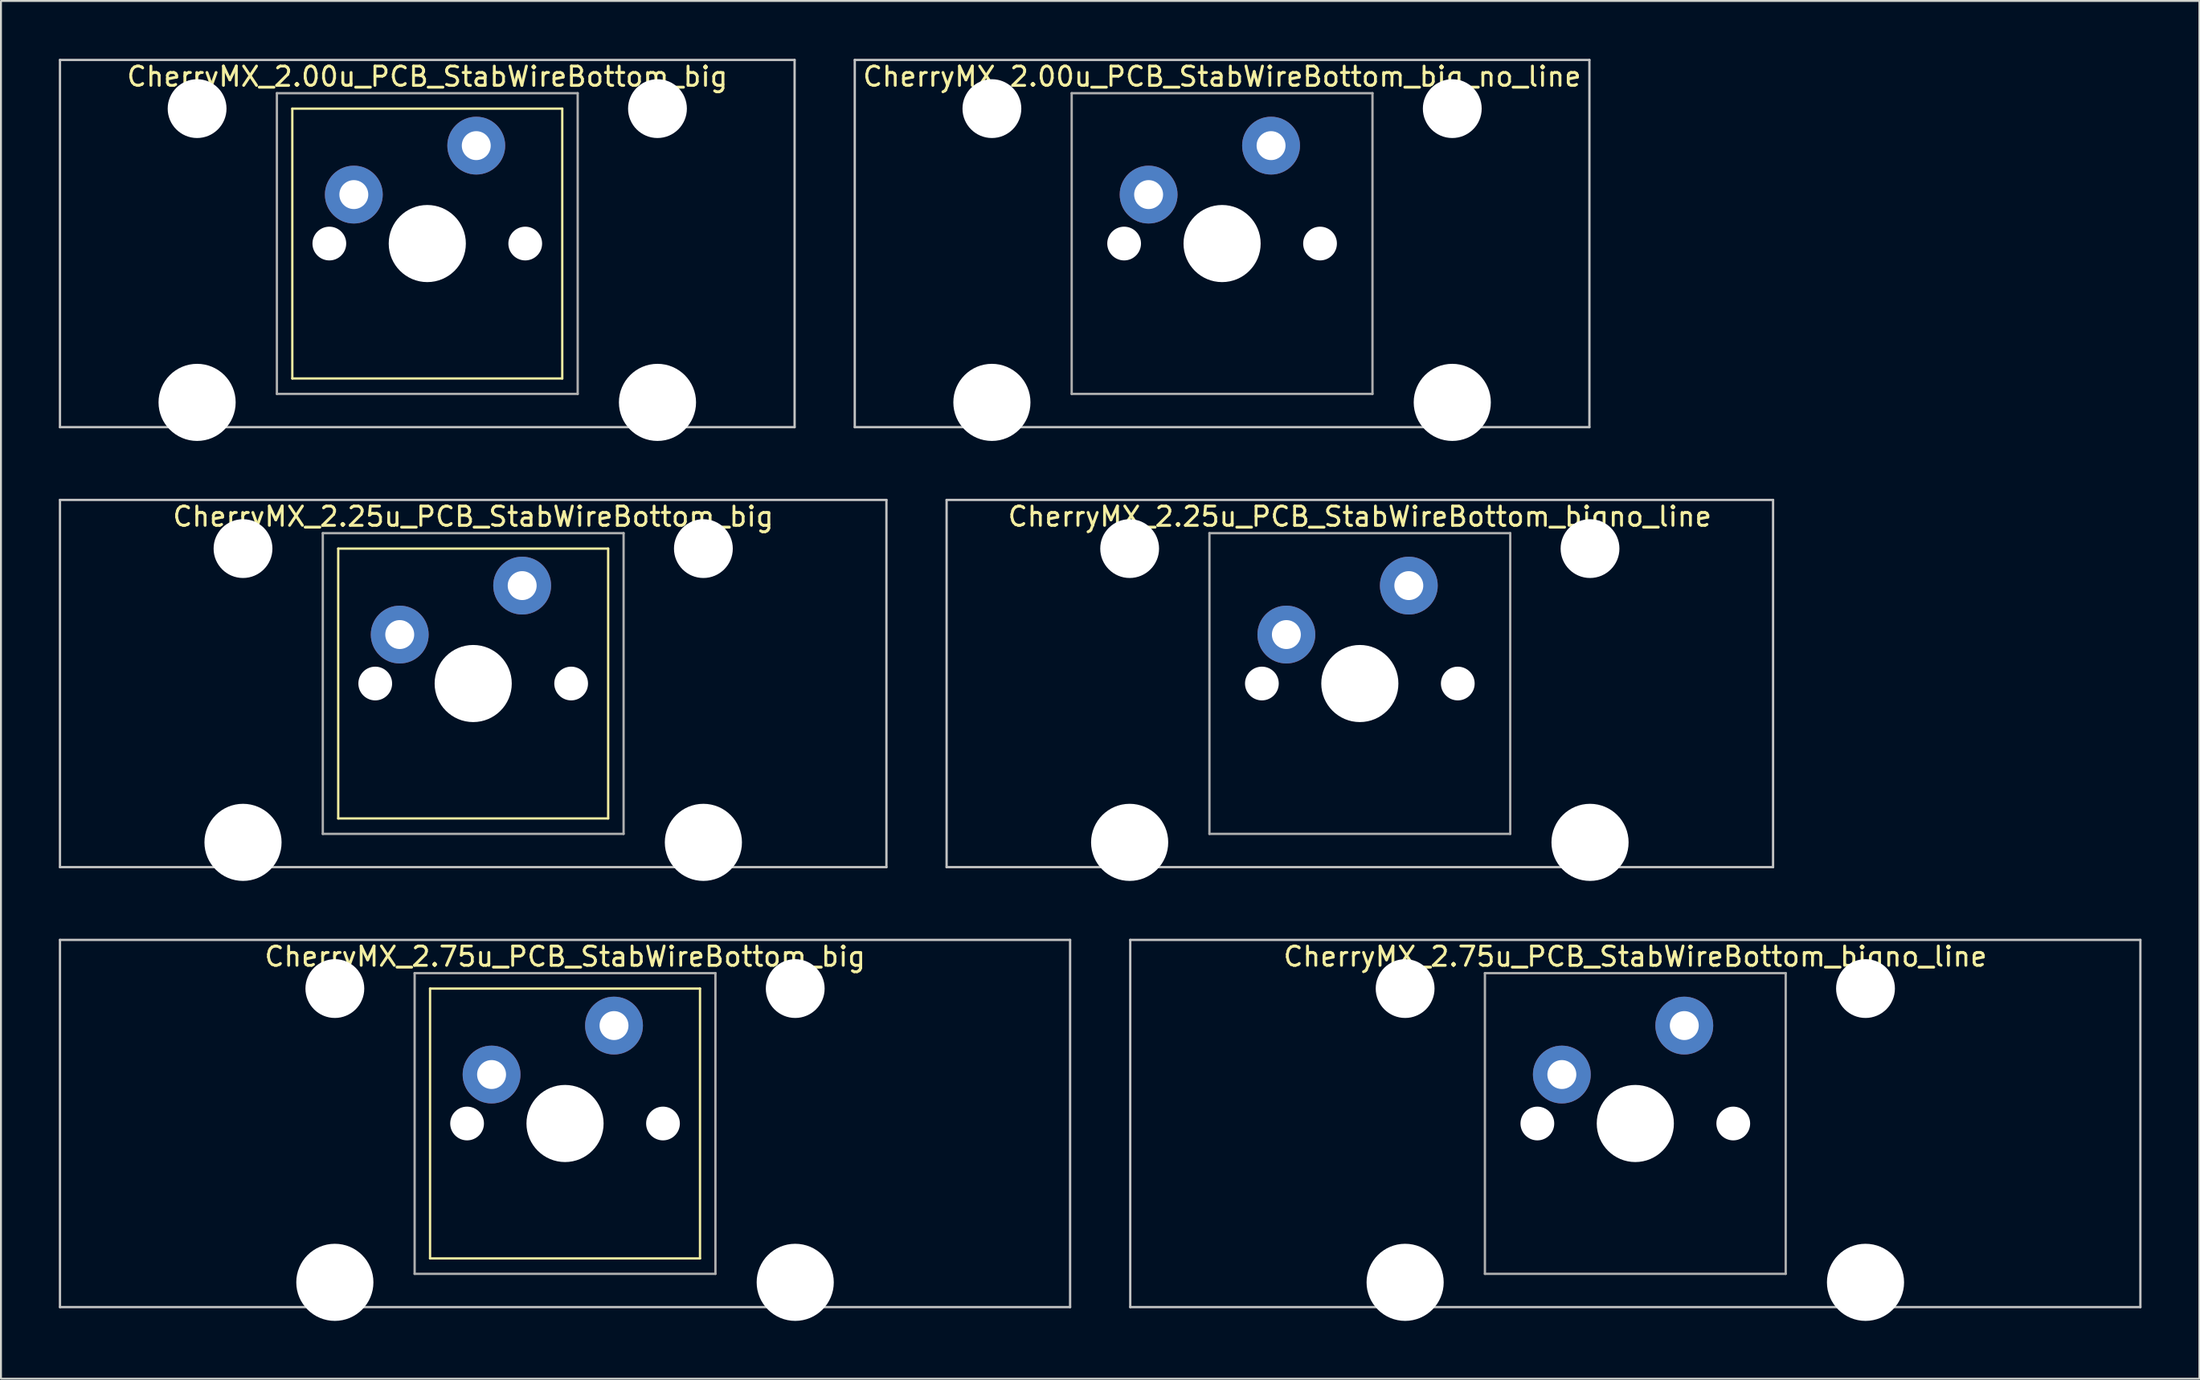
<source format=kicad_pcb>
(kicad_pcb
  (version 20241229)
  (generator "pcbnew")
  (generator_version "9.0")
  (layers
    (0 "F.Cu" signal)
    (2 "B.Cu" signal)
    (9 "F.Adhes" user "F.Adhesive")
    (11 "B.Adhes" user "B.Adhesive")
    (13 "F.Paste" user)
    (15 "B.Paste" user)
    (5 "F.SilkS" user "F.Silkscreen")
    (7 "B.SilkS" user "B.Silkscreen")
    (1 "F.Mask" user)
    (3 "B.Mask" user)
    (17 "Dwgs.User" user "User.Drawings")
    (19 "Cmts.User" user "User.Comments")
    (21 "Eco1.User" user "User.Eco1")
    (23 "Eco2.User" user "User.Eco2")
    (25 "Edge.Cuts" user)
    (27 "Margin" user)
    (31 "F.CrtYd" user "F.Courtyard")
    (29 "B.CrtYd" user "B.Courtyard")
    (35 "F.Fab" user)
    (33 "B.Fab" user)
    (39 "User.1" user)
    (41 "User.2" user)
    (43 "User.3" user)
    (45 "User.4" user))
  (footprint "CherryMX_2.00u_PCB_StabWireBottom_big_no_line"
    (layer "F.Cu")
    (at 60.33 9.585)
    (property "Reference" "CherryMX_2.00u_PCB_StabWireBottom_big_no_line" (at 0 -8.662 0) (layer "F.SilkS") (effects (font (size 1 1) (thickness 0.15))))
    (attr through_hole)
    (fp_line (start -19.05 -9.525) (end 19.05 -9.525) (stroke (width 0.12) (type solid)) (layer "Dwgs.User"))
    (fp_line (start -19.05 9.525) (end -19.05 -9.525) (stroke (width 0.12) (type solid)) (layer "Dwgs.User"))
    (fp_line (start 19.05 -9.525) (end 19.05 9.525) (stroke (width 0.12) (type solid)) (layer "Dwgs.User"))
    (fp_line (start 19.05 9.525) (end -19.05 9.525) (stroke (width 0.12) (type solid)) (layer "Dwgs.User"))
    (fp_line (start -7.8 -7.8) (end -7.8 7.8) (stroke (width 0.12) (type solid)) (layer "F.Fab"))
    (fp_line (start -7.8 -7.8) (end 7.8 -7.8) (stroke (width 0.12) (type solid)) (layer "F.Fab"))
    (fp_line (start -7.8 7.8) (end 7.8 7.8) (stroke (width 0.12) (type solid)) (layer "F.Fab"))
    (fp_line (start 7.8 -7.8) (end 7.8 7.8) (stroke (width 0.12) (type solid)) (layer "F.Fab"))
    (pad "" np_thru_hole circle (at -11.938 -7) (size 3.05 3.05) (drill 3.05) (layers "*.Cu" "*.Mask"))
    (pad "" np_thru_hole circle (at -11.938 8.24) (size 4 4) (drill 4) (layers "*.Cu" "*.Mask"))
    (pad "" np_thru_hole circle (at -5.08 0) (size 1.75 1.75) (drill 1.75) (layers "*.Cu" "*.Mask"))
    (pad "" np_thru_hole circle (at 0 0) (size 4 4) (drill 4) (layers "*.Cu" "*.Mask"))
    (pad "" np_thru_hole circle (at 5.08 0) (size 1.75 1.75) (drill 1.75) (layers "*.Cu" "*.Mask"))
    (pad "" np_thru_hole circle (at 11.938 -7) (size 3.05 3.05) (drill 3.05) (layers "*.Cu" "*.Mask"))
    (pad "" np_thru_hole circle (at 11.938 8.24) (size 4 4) (drill 4) (layers "*.Cu" "*.Mask"))
    (pad "1" thru_hole circle (at -3.81 -2.54) (size 3 3) (drill 1.5) (layers "*.Cu" "*.Mask"))
    (pad "2" thru_hole circle (at 2.54 -5.08) (size 3 3) (drill 1.5) (layers "*.Cu" "*.Mask")))
  (footprint "CherryMX_2.25u_PCB_StabWireBottom_big"
    (layer "F.Cu")
    (at 21.491 32.41)
    (property "Reference" "CherryMX_2.25u_PCB_StabWireBottom_big" (at 0 -8.662 0) (layer "F.SilkS") (effects (font (size 1 1) (thickness 0.15))))
    (attr through_hole)
    (fp_line (start -7 -7) (end -7 7) (stroke (width 0.12) (type solid)) (layer "F.SilkS"))
    (fp_line (start -7 -7) (end 7 -7) (stroke (width 0.12) (type solid)) (layer "F.SilkS"))
    (fp_line (start 7 -7) (end 7 7) (stroke (width 0.12) (type solid)) (layer "F.SilkS"))
    (fp_line (start 7 7) (end -7 7) (stroke (width 0.12) (type solid)) (layer "F.SilkS"))
    (fp_line (start -21.431 -9.525) (end 21.431 -9.525) (stroke (width 0.12) (type solid)) (layer "Dwgs.User"))
    (fp_line (start -21.431 9.525) (end -21.431 -9.525) (stroke (width 0.12) (type solid)) (layer "Dwgs.User"))
    (fp_line (start 21.431 -9.525) (end 21.431 9.525) (stroke (width 0.12) (type solid)) (layer "Dwgs.User"))
    (fp_line (start 21.431 9.525) (end -21.431 9.525) (stroke (width 0.12) (type solid)) (layer "Dwgs.User"))
    (fp_line (start -7.8 -7.8) (end -7.8 7.8) (stroke (width 0.12) (type solid)) (layer "F.Fab"))
    (fp_line (start -7.8 -7.8) (end 7.8 -7.8) (stroke (width 0.12) (type solid)) (layer "F.Fab"))
    (fp_line (start -7.8 7.8) (end 7.8 7.8) (stroke (width 0.12) (type solid)) (layer "F.Fab"))
    (fp_line (start 7.8 -7.8) (end 7.8 7.8) (stroke (width 0.12) (type solid)) (layer "F.Fab"))
    (pad "" np_thru_hole circle (at -11.938 -7) (size 3.05 3.05) (drill 3.05) (layers "*.Cu" "*.Mask"))
    (pad "" np_thru_hole circle (at -11.938 8.24) (size 4 4) (drill 4) (layers "*.Cu" "*.Mask"))
    (pad "" np_thru_hole circle (at -5.08 0) (size 1.75 1.75) (drill 1.75) (layers "*.Cu" "*.Mask"))
    (pad "" np_thru_hole circle (at 0 0) (size 4 4) (drill 4) (layers "*.Cu" "*.Mask"))
    (pad "" np_thru_hole circle (at 5.08 0) (size 1.75 1.75) (drill 1.75) (layers "*.Cu" "*.Mask"))
    (pad "" np_thru_hole circle (at 11.938 -7) (size 3.05 3.05) (drill 3.05) (layers "*.Cu" "*.Mask"))
    (pad "" np_thru_hole circle (at 11.938 8.24) (size 4 4) (drill 4) (layers "*.Cu" "*.Mask"))
    (pad "1" thru_hole circle (at -3.81 -2.54) (size 3 3) (drill 1.5) (layers "*.Cu" "*.Mask"))
    (pad "2" thru_hole circle (at 2.54 -5.08) (size 3 3) (drill 1.5) (layers "*.Cu" "*.Mask")))
  (footprint "CherryMX_2.75u_PCB_StabWireBottom_bigno_line"
    (layer "F.Cu")
    (at 81.761 55.235)
    (property "Reference" "CherryMX_2.75u_PCB_StabWireBottom_bigno_line" (at 0 -8.662 0) (layer "F.SilkS") (effects (font (size 1 1) (thickness 0.15))))
    (attr through_hole)
    (fp_line (start -26.194 -9.525) (end 26.194 -9.525) (stroke (width 0.12) (type solid)) (layer "Dwgs.User"))
    (fp_line (start -26.194 9.525) (end -26.194 -9.525) (stroke (width 0.12) (type solid)) (layer "Dwgs.User"))
    (fp_line (start 26.194 -9.525) (end 26.194 9.525) (stroke (width 0.12) (type solid)) (layer "Dwgs.User"))
    (fp_line (start 26.194 9.525) (end -26.194 9.525) (stroke (width 0.12) (type solid)) (layer "Dwgs.User"))
    (fp_line (start -7.8 -7.8) (end -7.8 7.8) (stroke (width 0.12) (type solid)) (layer "F.Fab"))
    (fp_line (start -7.8 -7.8) (end 7.8 -7.8) (stroke (width 0.12) (type solid)) (layer "F.Fab"))
    (fp_line (start -7.8 7.8) (end 7.8 7.8) (stroke (width 0.12) (type solid)) (layer "F.Fab"))
    (fp_line (start 7.8 -7.8) (end 7.8 7.8) (stroke (width 0.12) (type solid)) (layer "F.Fab"))
    (pad "" np_thru_hole circle (at -11.938 -7) (size 3.05 3.05) (drill 3.05) (layers "*.Cu" "*.Mask"))
    (pad "" np_thru_hole circle (at -11.938 8.24) (size 4 4) (drill 4) (layers "*.Cu" "*.Mask"))
    (pad "" np_thru_hole circle (at -5.08 0) (size 1.75 1.75) (drill 1.75) (layers "*.Cu" "*.Mask"))
    (pad "" np_thru_hole circle (at 0 0) (size 4 4) (drill 4) (layers "*.Cu" "*.Mask"))
    (pad "" np_thru_hole circle (at 5.08 0) (size 1.75 1.75) (drill 1.75) (layers "*.Cu" "*.Mask"))
    (pad "" np_thru_hole circle (at 11.938 -7) (size 3.05 3.05) (drill 3.05) (layers "*.Cu" "*.Mask"))
    (pad "" np_thru_hole circle (at 11.938 8.24) (size 4 4) (drill 4) (layers "*.Cu" "*.Mask"))
    (pad "1" thru_hole circle (at -3.81 -2.54) (size 3 3) (drill 1.5) (layers "*.Cu" "*.Mask"))
    (pad "2" thru_hole circle (at 2.54 -5.08) (size 3 3) (drill 1.5) (layers "*.Cu" "*.Mask")))
  (footprint "CherryMX_2.25u_PCB_StabWireBottom_bigno_line"
    (layer "F.Cu")
    (at 67.474 32.41)
    (property "Reference" "CherryMX_2.25u_PCB_StabWireBottom_bigno_line" (at 0 -8.662 0) (layer "F.SilkS") (effects (font (size 1 1) (thickness 0.15))))
    (attr through_hole)
    (fp_line (start -21.431 -9.525) (end 21.431 -9.525) (stroke (width 0.12) (type solid)) (layer "Dwgs.User"))
    (fp_line (start -21.431 9.525) (end -21.431 -9.525) (stroke (width 0.12) (type solid)) (layer "Dwgs.User"))
    (fp_line (start 21.431 -9.525) (end 21.431 9.525) (stroke (width 0.12) (type solid)) (layer "Dwgs.User"))
    (fp_line (start 21.431 9.525) (end -21.431 9.525) (stroke (width 0.12) (type solid)) (layer "Dwgs.User"))
    (fp_line (start -7.8 -7.8) (end -7.8 7.8) (stroke (width 0.12) (type solid)) (layer "F.Fab"))
    (fp_line (start -7.8 -7.8) (end 7.8 -7.8) (stroke (width 0.12) (type solid)) (layer "F.Fab"))
    (fp_line (start -7.8 7.8) (end 7.8 7.8) (stroke (width 0.12) (type solid)) (layer "F.Fab"))
    (fp_line (start 7.8 -7.8) (end 7.8 7.8) (stroke (width 0.12) (type solid)) (layer "F.Fab"))
    (pad "" np_thru_hole circle (at -11.938 -7) (size 3.05 3.05) (drill 3.05) (layers "*.Cu" "*.Mask"))
    (pad "" np_thru_hole circle (at -11.938 8.24) (size 4 4) (drill 4) (layers "*.Cu" "*.Mask"))
    (pad "" np_thru_hole circle (at -5.08 0) (size 1.75 1.75) (drill 1.75) (layers "*.Cu" "*.Mask"))
    (pad "" np_thru_hole circle (at 0 0) (size 4 4) (drill 4) (layers "*.Cu" "*.Mask"))
    (pad "" np_thru_hole circle (at 5.08 0) (size 1.75 1.75) (drill 1.75) (layers "*.Cu" "*.Mask"))
    (pad "" np_thru_hole circle (at 11.938 -7) (size 3.05 3.05) (drill 3.05) (layers "*.Cu" "*.Mask"))
    (pad "" np_thru_hole circle (at 11.938 8.24) (size 4 4) (drill 4) (layers "*.Cu" "*.Mask"))
    (pad "1" thru_hole circle (at -3.81 -2.54) (size 3 3) (drill 1.5) (layers "*.Cu" "*.Mask"))
    (pad "2" thru_hole circle (at 2.54 -5.08) (size 3 3) (drill 1.5) (layers "*.Cu" "*.Mask")))
  (footprint "CherryMX_2.00u_PCB_StabWireBottom_big"
    (layer "F.Cu")
    (at 19.11 9.585)
    (property "Reference" "CherryMX_2.00u_PCB_StabWireBottom_big" (at 0 -8.662 0) (layer "F.SilkS") (effects (font (size 1 1) (thickness 0.15))))
    (attr through_hole)
    (fp_line (start -7 -7) (end -7 7) (stroke (width 0.12) (type solid)) (layer "F.SilkS"))
    (fp_line (start -7 -7) (end 7 -7) (stroke (width 0.12) (type solid)) (layer "F.SilkS"))
    (fp_line (start 7 -7) (end 7 7) (stroke (width 0.12) (type solid)) (layer "F.SilkS"))
    (fp_line (start 7 7) (end -7 7) (stroke (width 0.12) (type solid)) (layer "F.SilkS"))
    (fp_line (start -19.05 -9.525) (end 19.05 -9.525) (stroke (width 0.12) (type solid)) (layer "Dwgs.User"))
    (fp_line (start -19.05 9.525) (end -19.05 -9.525) (stroke (width 0.12) (type solid)) (layer "Dwgs.User"))
    (fp_line (start 19.05 -9.525) (end 19.05 9.525) (stroke (width 0.12) (type solid)) (layer "Dwgs.User"))
    (fp_line (start 19.05 9.525) (end -19.05 9.525) (stroke (width 0.12) (type solid)) (layer "Dwgs.User"))
    (fp_line (start -7.8 -7.8) (end -7.8 7.8) (stroke (width 0.12) (type solid)) (layer "F.Fab"))
    (fp_line (start -7.8 -7.8) (end 7.8 -7.8) (stroke (width 0.12) (type solid)) (layer "F.Fab"))
    (fp_line (start -7.8 7.8) (end 7.8 7.8) (stroke (width 0.12) (type solid)) (layer "F.Fab"))
    (fp_line (start 7.8 -7.8) (end 7.8 7.8) (stroke (width 0.12) (type solid)) (layer "F.Fab"))
    (pad "" np_thru_hole circle (at -11.938 -7) (size 3.05 3.05) (drill 3.05) (layers "*.Cu" "*.Mask"))
    (pad "" np_thru_hole circle (at -11.938 8.24) (size 4 4) (drill 4) (layers "*.Cu" "*.Mask"))
    (pad "" np_thru_hole circle (at -5.08 0) (size 1.75 1.75) (drill 1.75) (layers "*.Cu" "*.Mask"))
    (pad "" np_thru_hole circle (at 0 0) (size 4 4) (drill 4) (layers "*.Cu" "*.Mask"))
    (pad "" np_thru_hole circle (at 5.08 0) (size 1.75 1.75) (drill 1.75) (layers "*.Cu" "*.Mask"))
    (pad "" np_thru_hole circle (at 11.938 -7) (size 3.05 3.05) (drill 3.05) (layers "*.Cu" "*.Mask"))
    (pad "" np_thru_hole circle (at 11.938 8.24) (size 4 4) (drill 4) (layers "*.Cu" "*.Mask"))
    (pad "1" thru_hole circle (at -3.81 -2.54) (size 3 3) (drill 1.5) (layers "*.Cu" "*.Mask"))
    (pad "2" thru_hole circle (at 2.54 -5.08) (size 3 3) (drill 1.5) (layers "*.Cu" "*.Mask")))
  (footprint "CherryMX_2.75u_PCB_StabWireBottom_big"
    (layer "F.Cu")
    (at 26.254 55.235)
    (property "Reference" "CherryMX_2.75u_PCB_StabWireBottom_big" (at 0 -8.662 0) (layer "F.SilkS") (effects (font (size 1 1) (thickness 0.15))))
    (attr through_hole)
    (fp_line (start -7 -7) (end -7 7) (stroke (width 0.12) (type solid)) (layer "F.SilkS"))
    (fp_line (start -7 -7) (end 7 -7) (stroke (width 0.12) (type solid)) (layer "F.SilkS"))
    (fp_line (start 7 -7) (end 7 7) (stroke (width 0.12) (type solid)) (layer "F.SilkS"))
    (fp_line (start 7 7) (end -7 7) (stroke (width 0.12) (type solid)) (layer "F.SilkS"))
    (fp_line (start -26.194 -9.525) (end 26.194 -9.525) (stroke (width 0.12) (type solid)) (layer "Dwgs.User"))
    (fp_line (start -26.194 9.525) (end -26.194 -9.525) (stroke (width 0.12) (type solid)) (layer "Dwgs.User"))
    (fp_line (start 26.194 -9.525) (end 26.194 9.525) (stroke (width 0.12) (type solid)) (layer "Dwgs.User"))
    (fp_line (start 26.194 9.525) (end -26.194 9.525) (stroke (width 0.12) (type solid)) (layer "Dwgs.User"))
    (fp_line (start -7.8 -7.8) (end -7.8 7.8) (stroke (width 0.12) (type solid)) (layer "F.Fab"))
    (fp_line (start -7.8 -7.8) (end 7.8 -7.8) (stroke (width 0.12) (type solid)) (layer "F.Fab"))
    (fp_line (start -7.8 7.8) (end 7.8 7.8) (stroke (width 0.12) (type solid)) (layer "F.Fab"))
    (fp_line (start 7.8 -7.8) (end 7.8 7.8) (stroke (width 0.12) (type solid)) (layer "F.Fab"))
    (pad "" np_thru_hole circle (at -11.938 -7) (size 3.05 3.05) (drill 3.05) (layers "*.Cu" "*.Mask"))
    (pad "" np_thru_hole circle (at -11.938 8.24) (size 4 4) (drill 4) (layers "*.Cu" "*.Mask"))
    (pad "" np_thru_hole circle (at -5.08 0) (size 1.75 1.75) (drill 1.75) (layers "*.Cu" "*.Mask"))
    (pad "" np_thru_hole circle (at 0 0) (size 4 4) (drill 4) (layers "*.Cu" "*.Mask"))
    (pad "" np_thru_hole circle (at 5.08 0) (size 1.75 1.75) (drill 1.75) (layers "*.Cu" "*.Mask"))
    (pad "" np_thru_hole circle (at 11.938 -7) (size 3.05 3.05) (drill 3.05) (layers "*.Cu" "*.Mask"))
    (pad "" np_thru_hole circle (at 11.938 8.24) (size 4 4) (drill 4) (layers "*.Cu" "*.Mask"))
    (pad "1" thru_hole circle (at -3.81 -2.54) (size 3 3) (drill 1.5) (layers "*.Cu" "*.Mask"))
    (pad "2" thru_hole circle (at 2.54 -5.08) (size 3 3) (drill 1.5) (layers "*.Cu" "*.Mask")))
  (gr_rect
    (start -3 -3)
    (end 111.015 68.475)
    (stroke (width 0.1) (type default))
    (fill no)
    (layer "Edge.Cuts")))
</source>
